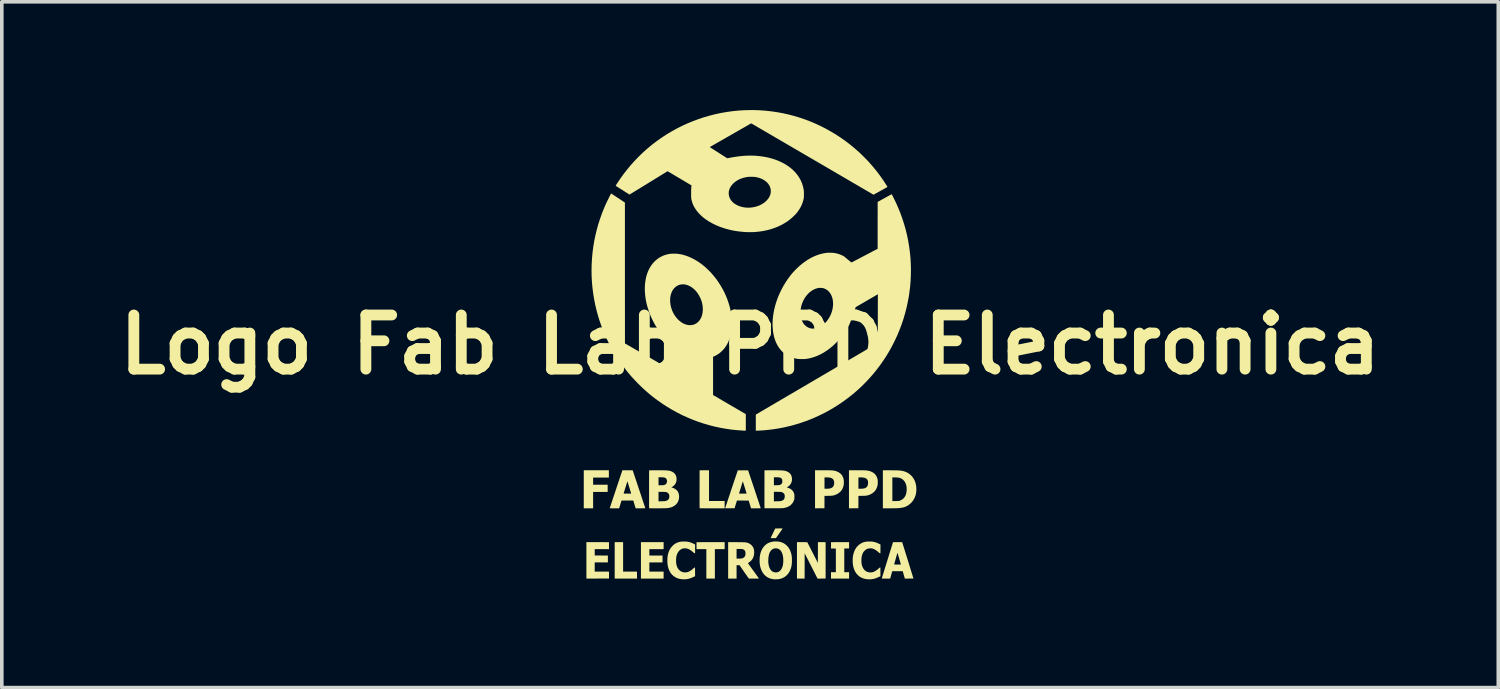
<source format=kicad_pcb>
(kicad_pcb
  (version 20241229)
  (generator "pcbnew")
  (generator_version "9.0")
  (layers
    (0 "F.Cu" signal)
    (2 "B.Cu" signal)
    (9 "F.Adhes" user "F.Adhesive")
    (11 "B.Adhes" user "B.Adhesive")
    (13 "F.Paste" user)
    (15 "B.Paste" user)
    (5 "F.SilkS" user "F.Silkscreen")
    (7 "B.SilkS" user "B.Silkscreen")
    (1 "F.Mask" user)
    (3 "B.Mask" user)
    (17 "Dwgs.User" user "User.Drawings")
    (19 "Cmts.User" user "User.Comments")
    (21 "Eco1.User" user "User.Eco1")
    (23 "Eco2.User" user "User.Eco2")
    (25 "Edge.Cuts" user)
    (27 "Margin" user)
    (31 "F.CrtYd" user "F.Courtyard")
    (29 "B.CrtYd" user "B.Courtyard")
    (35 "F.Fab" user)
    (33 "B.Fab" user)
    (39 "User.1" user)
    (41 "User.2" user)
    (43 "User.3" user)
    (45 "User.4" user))
  (footprint "Logo Fab Lab PPD Electronica"
    (layer "F.Cu")
    (at 17.729 6.498)
    (property "Reference" "Logo Fab Lab PPD Electronica" (at 0 0 0) (layer "F.SilkS") (effects (font (size 1.5 1.5) (thickness 0.3))))
    (attr board_only exclude_from_pos_files exclude_from_bom)
    (fp_poly (pts (xy -3.517 5.879) (xy -3.517 6.287) (xy -3.325 6.287) (xy -3.133 6.288) (xy -3.132 6.385) (xy -3.131 6.481) (xy -3.441 6.481) (xy -3.75 6.481) (xy -3.75 5.976) (xy -3.75 5.471) (xy -3.634 5.471) (xy -3.517 5.471)) (stroke (width 0) (type solid)) (fill yes) (layer "F.SilkS"))
    (fp_poly (pts (xy -0.704 5.568) (xy -0.704 5.665) (xy -0.84 5.665) (xy -0.975 5.665) (xy -0.975 6.073) (xy -0.975 6.481) (xy -1.093 6.481) (xy -1.211 6.481) (xy -1.211 6.073) (xy -1.211 5.665) (xy -1.347 5.664) (xy -1.483 5.664) (xy -1.483 5.568) (xy -1.483 5.472) (xy -1.094 5.471) (xy -0.704 5.471)) (stroke (width 0) (type solid)) (fill yes) (layer "F.SilkS"))
    (fp_poly (pts (xy -3.912 3.581) (xy -3.912 3.682) (xy -4.13 3.682) (xy -4.348 3.682) (xy -4.348 3.781) (xy -4.348 3.88) (xy -4.146 3.88) (xy -3.945 3.88) (xy -3.945 3.98) (xy -3.945 4.08) (xy -4.146 4.08) (xy -4.348 4.08) (xy -4.348 4.307) (xy -4.348 4.534) (xy -4.478 4.534) (xy -4.607 4.534) (xy -4.607 4.006) (xy -4.607 3.479) (xy -4.26 3.479) (xy -3.912 3.479)) (stroke (width 0) (type solid)) (fill yes) (layer "F.SilkS"))
    (fp_poly (pts (xy 1.986 5.471) (xy 2.093 5.472) (xy 2.093 5.976) (xy 2.093 6.48) (xy 1.981 6.48) (xy 1.869 6.481) (xy 1.691 6.131) (xy 1.513 5.78) (xy 1.512 6.131) (xy 1.511 6.481) (xy 1.405 6.481) (xy 1.299 6.481) (xy 1.299 5.976) (xy 1.299 5.471) (xy 1.442 5.471) (xy 1.585 5.472) (xy 1.732 5.759) (xy 1.878 6.045) (xy 1.879 5.758) (xy 1.88 5.471)) (stroke (width 0) (type solid)) (fill yes) (layer "F.SilkS"))
    (fp_poly (pts (xy -4.221 5.471) (xy -3.908 5.472) (xy -3.908 5.568) (xy -3.908 5.664) (xy -4.106 5.664) (xy -4.304 5.665) (xy -4.303 5.753) (xy -4.303 5.84) (xy -4.121 5.841) (xy -3.939 5.842) (xy -3.939 5.938) (xy -3.939 6.033) (xy -4.121 6.033) (xy -4.304 6.033) (xy -4.304 6.16) (xy -4.304 6.287) (xy -4.106 6.287) (xy -3.908 6.288) (xy -3.908 6.384) (xy -3.908 6.48) (xy -4.221 6.48) (xy -4.534 6.481) (xy -4.534 5.976) (xy -4.534 5.471)) (stroke (width 0) (type solid)) (fill yes) (layer "F.SilkS"))
    (fp_poly (pts (xy -2.395 5.568) (xy -2.395 5.665) (xy -2.592 5.665) (xy -2.79 5.665) (xy -2.79 5.753) (xy -2.79 5.842) (xy -2.607 5.842) (xy -2.425 5.842) (xy -2.425 5.938) (xy -2.425 6.033) (xy -2.607 6.033) (xy -2.79 6.033) (xy -2.79 6.16) (xy -2.79 6.287) (xy -2.592 6.287) (xy -2.395 6.287) (xy -2.395 6.384) (xy -2.395 6.481) (xy -2.709 6.481) (xy -3.023 6.481) (xy -3.023 5.976) (xy -3.023 5.471) (xy -2.709 5.471) (xy -2.395 5.471)) (stroke (width 0) (type solid)) (fill yes) (layer "F.SilkS"))
    (fp_poly (pts (xy 2.743 5.559) (xy 2.743 5.647) (xy 2.676 5.647) (xy 2.61 5.647) (xy 2.61 5.976) (xy 2.61 6.304) (xy 2.676 6.304) (xy 2.743 6.304) (xy 2.743 6.393) (xy 2.743 6.481) (xy 2.492 6.481) (xy 2.242 6.481) (xy 2.242 6.393) (xy 2.242 6.304) (xy 2.31 6.304) (xy 2.377 6.304) (xy 2.377 5.977) (xy 2.376 5.649) (xy 2.309 5.648) (xy 2.242 5.647) (xy 2.243 5.56) (xy 2.243 5.472) (xy 2.493 5.471) (xy 2.743 5.471)) (stroke (width 0) (type solid)) (fill yes) (layer "F.SilkS"))
    (fp_poly (pts (xy 0.868 5.091) (xy 0.881 5.091) (xy 0.891 5.092) (xy 0.897 5.092) (xy 0.9 5.093) (xy 0.901 5.094) (xy 0.901 5.094) (xy 0.899 5.098) (xy 0.894 5.105) (xy 0.887 5.116) (xy 0.876 5.131) (xy 0.864 5.149) (xy 0.85 5.169) (xy 0.835 5.192) (xy 0.818 5.216) (xy 0.809 5.229) (xy 0.718 5.359) (xy 0.643 5.359) (xy 0.569 5.359) (xy 0.588 5.32) (xy 0.594 5.307) (xy 0.602 5.291) (xy 0.611 5.271) (xy 0.622 5.249) (xy 0.633 5.225) (xy 0.645 5.201) (xy 0.652 5.186) (xy 0.698 5.092) (xy 0.8 5.091) (xy 0.828 5.091) (xy 0.85 5.091)) (stroke (width 0) (type solid)) (fill yes) (layer "F.SilkS"))
    (fp_poly (pts (xy -1.137 3.905) (xy -1.137 4.331) (xy -0.921 4.331) (xy -0.704 4.331) (xy -0.704 4.432) (xy -0.704 4.534) (xy -1.05 4.534) (xy -1.105 4.534) (xy -1.154 4.534) (xy -1.197 4.534) (xy -1.235 4.534) (xy -1.269 4.533) (xy -1.298 4.533) (xy -1.323 4.533) (xy -1.343 4.533) (xy -1.36 4.533) (xy -1.374 4.532) (xy -1.384 4.532) (xy -1.391 4.531) (xy -1.396 4.531) (xy -1.398 4.53) (xy -1.398 4.53) (xy -1.398 4.527) (xy -1.398 4.518) (xy -1.398 4.504) (xy -1.398 4.485) (xy -1.399 4.461) (xy -1.399 4.432) (xy -1.399 4.4) (xy -1.399 4.364) (xy -1.399 4.324) (xy -1.399 4.281) (xy -1.399 4.236) (xy -1.399 4.187) (xy -1.399 4.137) (xy -1.399 4.084) (xy -1.399 4.029) (xy -1.399 4.004) (xy -1.398 3.481) (xy -1.267 3.48) (xy -1.137 3.479)) (stroke (width 0) (type solid)) (fill yes) (layer "F.SilkS"))
    (fp_poly (pts (xy 2.948 3.479) (xy 2.996 3.479) (xy 3.038 3.479) (xy 3.075 3.48) (xy 3.107 3.48) (xy 3.135 3.48) (xy 3.16 3.481) (xy 3.182 3.482) (xy 3.201 3.483) (xy 3.217 3.484) (xy 3.232 3.485) (xy 3.245 3.487) (xy 3.258 3.489) (xy 3.262 3.49) (xy 3.305 3.499) (xy 3.345 3.513) (xy 3.383 3.53) (xy 3.417 3.55) (xy 3.446 3.574) (xy 3.454 3.581) (xy 3.48 3.611) (xy 3.501 3.644) (xy 3.518 3.681) (xy 3.53 3.721) (xy 3.535 3.75) (xy 3.537 3.768) (xy 3.538 3.79) (xy 3.538 3.813) (xy 3.538 3.837) (xy 3.536 3.859) (xy 3.535 3.878) (xy 3.534 3.884) (xy 3.523 3.93) (xy 3.508 3.972) (xy 3.489 4.01) (xy 3.466 4.045) (xy 3.438 4.075) (xy 3.436 4.077) (xy 3.401 4.107) (xy 3.364 4.132) (xy 3.325 4.152) (xy 3.285 4.167) (xy 3.268 4.172) (xy 3.253 4.176) (xy 3.24 4.179) (xy 3.226 4.182) (xy 3.211 4.184) (xy 3.195 4.185) (xy 3.176 4.186) (xy 3.153 4.187) (xy 3.126 4.188) (xy 3.101 4.188) (xy 3.002 4.19) (xy 3.001 4.361) (xy 3 4.532) (xy 2.87 4.533) (xy 2.74 4.534) (xy 2.74 4.007) (xy 2.74 3.834) (xy 3.002 3.834) (xy 3.002 3.992) (xy 3.048 3.992) (xy 3.066 3.992) (xy 3.086 3.991) (xy 3.104 3.99) (xy 3.119 3.989) (xy 3.122 3.989) (xy 3.156 3.983) (xy 3.186 3.973) (xy 3.211 3.961) (xy 3.231 3.944) (xy 3.247 3.923) (xy 3.259 3.899) (xy 3.266 3.871) (xy 3.269 3.838) (xy 3.269 3.816) (xy 3.269 3.801) (xy 3.268 3.79) (xy 3.267 3.781) (xy 3.264 3.773) (xy 3.261 3.765) (xy 3.258 3.759) (xy 3.246 3.738) (xy 3.234 3.723) (xy 3.22 3.711) (xy 3.209 3.704) (xy 3.192 3.696) (xy 3.173 3.689) (xy 3.151 3.684) (xy 3.127 3.681) (xy 3.098 3.678) (xy 3.066 3.677) (xy 3.039 3.677) (xy 3.002 3.677) (xy 3.002 3.834) (xy 2.74 3.834) (xy 2.74 3.479)) (stroke (width 0) (type solid)) (fill yes) (layer "F.SilkS"))
    (fp_poly (pts (xy 2.008 3.479) (xy 2.056 3.479) (xy 2.098 3.479) (xy 2.135 3.48) (xy 2.167 3.48) (xy 2.196 3.48) (xy 2.22 3.481) (xy 2.242 3.482) (xy 2.261 3.483) (xy 2.277 3.484) (xy 2.292 3.485) (xy 2.306 3.487) (xy 2.318 3.489) (xy 2.322 3.49) (xy 2.366 3.499) (xy 2.407 3.513) (xy 2.444 3.531) (xy 2.479 3.552) (xy 2.509 3.576) (xy 2.534 3.602) (xy 2.546 3.618) (xy 2.559 3.64) (xy 2.571 3.664) (xy 2.581 3.688) (xy 2.586 3.706) (xy 2.591 3.728) (xy 2.595 3.749) (xy 2.597 3.771) (xy 2.598 3.795) (xy 2.598 3.824) (xy 2.598 3.829) (xy 2.597 3.85) (xy 2.596 3.866) (xy 2.595 3.879) (xy 2.593 3.891) (xy 2.59 3.904) (xy 2.587 3.915) (xy 2.575 3.955) (xy 2.56 3.99) (xy 2.543 4.022) (xy 2.522 4.05) (xy 2.497 4.077) (xy 2.496 4.078) (xy 2.46 4.108) (xy 2.423 4.133) (xy 2.384 4.152) (xy 2.345 4.167) (xy 2.328 4.172) (xy 2.314 4.176) (xy 2.3 4.179) (xy 2.286 4.182) (xy 2.271 4.184) (xy 2.255 4.185) (xy 2.236 4.186) (xy 2.213 4.187) (xy 2.186 4.188) (xy 2.162 4.188) (xy 2.062 4.19) (xy 2.061 4.361) (xy 2.061 4.532) (xy 1.93 4.533) (xy 1.8 4.534) (xy 1.8 4.007) (xy 1.8 3.834) (xy 2.062 3.834) (xy 2.062 3.992) (xy 2.108 3.992) (xy 2.127 3.992) (xy 2.146 3.991) (xy 2.164 3.99) (xy 2.179 3.989) (xy 2.182 3.989) (xy 2.216 3.983) (xy 2.246 3.973) (xy 2.271 3.96) (xy 2.291 3.944) (xy 2.307 3.923) (xy 2.319 3.898) (xy 2.327 3.87) (xy 2.33 3.837) (xy 2.33 3.825) (xy 2.329 3.802) (xy 2.326 3.782) (xy 2.32 3.764) (xy 2.314 3.75) (xy 2.302 3.732) (xy 2.288 3.717) (xy 2.271 3.705) (xy 2.25 3.695) (xy 2.232 3.688) (xy 2.216 3.685) (xy 2.195 3.682) (xy 2.17 3.679) (xy 2.141 3.678) (xy 2.11 3.677) (xy 2.1 3.677) (xy 2.062 3.677) (xy 2.062 3.834) (xy 1.8 3.834) (xy 1.8 3.479)) (stroke (width 0) (type solid)) (fill yes) (layer "F.SilkS"))
    (fp_poly (pts (xy 3.888 3.48) (xy 3.932 3.48) (xy 3.971 3.481) (xy 4.005 3.481) (xy 4.035 3.482) (xy 4.061 3.482) (xy 4.084 3.483) (xy 4.104 3.484) (xy 4.123 3.485) (xy 4.139 3.486) (xy 4.155 3.487) (xy 4.169 3.489) (xy 4.184 3.491) (xy 4.2 3.493) (xy 4.204 3.494) (xy 4.255 3.505) (xy 4.303 3.521) (xy 4.35 3.542) (xy 4.394 3.568) (xy 4.434 3.599) (xy 4.472 3.634) (xy 4.505 3.674) (xy 4.521 3.696) (xy 4.548 3.742) (xy 4.57 3.79) (xy 4.586 3.841) (xy 4.598 3.895) (xy 4.605 3.952) (xy 4.607 4.007) (xy 4.605 4.066) (xy 4.597 4.122) (xy 4.584 4.176) (xy 4.565 4.227) (xy 4.541 4.276) (xy 4.513 4.322) (xy 4.479 4.365) (xy 4.448 4.397) (xy 4.409 4.43) (xy 4.367 4.459) (xy 4.323 4.482) (xy 4.276 4.501) (xy 4.23 4.513) (xy 4.21 4.517) (xy 4.189 4.52) (xy 4.168 4.523) (xy 4.144 4.526) (xy 4.119 4.528) (xy 4.09 4.53) (xy 4.059 4.531) (xy 4.024 4.532) (xy 3.985 4.533) (xy 3.941 4.533) (xy 3.892 4.534) (xy 3.847 4.534) (xy 3.679 4.534) (xy 3.679 4.006) (xy 3.679 4.005) (xy 3.942 4.005) (xy 3.942 4.334) (xy 4.028 4.333) (xy 4.053 4.332) (xy 4.074 4.332) (xy 4.09 4.331) (xy 4.103 4.331) (xy 4.113 4.33) (xy 4.122 4.329) (xy 4.129 4.327) (xy 4.137 4.325) (xy 4.137 4.325) (xy 4.173 4.312) (xy 4.206 4.294) (xy 4.237 4.272) (xy 4.264 4.245) (xy 4.287 4.213) (xy 4.302 4.188) (xy 4.316 4.155) (xy 4.326 4.118) (xy 4.334 4.078) (xy 4.338 4.036) (xy 4.339 3.994) (xy 4.336 3.952) (xy 4.33 3.911) (xy 4.32 3.873) (xy 4.313 3.852) (xy 4.296 3.816) (xy 4.275 3.783) (xy 4.25 3.755) (xy 4.222 3.73) (xy 4.19 3.71) (xy 4.156 3.695) (xy 4.12 3.685) (xy 4.115 3.684) (xy 4.105 3.683) (xy 4.09 3.682) (xy 4.072 3.68) (xy 4.052 3.679) (xy 4.03 3.678) (xy 4.016 3.678) (xy 3.942 3.676) (xy 3.942 4.005) (xy 3.679 4.005) (xy 3.679 3.479)) (stroke (width 0) (type solid)) (fill yes) (layer "F.SilkS"))
    (fp_poly (pts (xy -1.764 5.456) (xy -1.725 5.461) (xy -1.688 5.468) (xy -1.651 5.479) (xy -1.613 5.493) (xy -1.572 5.511) (xy -1.568 5.513) (xy -1.523 5.535) (xy -1.523 5.656) (xy -1.523 5.777) (xy -1.535 5.777) (xy -1.54 5.777) (xy -1.545 5.775) (xy -1.55 5.772) (xy -1.557 5.767) (xy -1.567 5.759) (xy -1.579 5.748) (xy -1.616 5.718) (xy -1.651 5.693) (xy -1.684 5.673) (xy -1.717 5.658) (xy -1.749 5.648) (xy -1.78 5.643) (xy -1.788 5.642) (xy -1.825 5.643) (xy -1.86 5.648) (xy -1.892 5.659) (xy -1.923 5.676) (xy -1.951 5.698) (xy -1.954 5.7) (xy -1.978 5.726) (xy -1.999 5.756) (xy -2.017 5.79) (xy -2.031 5.828) (xy -2.042 5.871) (xy -2.044 5.879) (xy -2.046 5.894) (xy -2.047 5.913) (xy -2.049 5.936) (xy -2.049 5.961) (xy -2.049 5.987) (xy -2.049 6.013) (xy -2.048 6.037) (xy -2.046 6.057) (xy -2.044 6.074) (xy -2.044 6.079) (xy -2.033 6.122) (xy -2.018 6.162) (xy -2 6.197) (xy -1.978 6.227) (xy -1.953 6.253) (xy -1.926 6.274) (xy -1.895 6.291) (xy -1.862 6.302) (xy -1.826 6.309) (xy -1.788 6.309) (xy -1.787 6.309) (xy -1.761 6.307) (xy -1.738 6.303) (xy -1.716 6.296) (xy -1.691 6.285) (xy -1.679 6.279) (xy -1.647 6.26) (xy -1.615 6.238) (xy -1.582 6.21) (xy -1.571 6.2) (xy -1.559 6.189) (xy -1.551 6.182) (xy -1.545 6.178) (xy -1.54 6.176) (xy -1.535 6.175) (xy -1.534 6.175) (xy -1.525 6.176) (xy -1.524 6.295) (xy -1.523 6.414) (xy -1.57 6.437) (xy -1.623 6.46) (xy -1.675 6.478) (xy -1.726 6.491) (xy -1.778 6.499) (xy -1.831 6.501) (xy -1.886 6.499) (xy -1.888 6.498) (xy -1.94 6.491) (xy -1.989 6.479) (xy -2.035 6.461) (xy -2.077 6.439) (xy -2.117 6.412) (xy -2.153 6.381) (xy -2.185 6.345) (xy -2.213 6.305) (xy -2.237 6.261) (xy -2.253 6.223) (xy -2.267 6.179) (xy -2.278 6.133) (xy -2.286 6.083) (xy -2.29 6.029) (xy -2.291 6.005) (xy -2.291 5.941) (xy -2.286 5.88) (xy -2.278 5.824) (xy -2.264 5.771) (xy -2.247 5.721) (xy -2.225 5.676) (xy -2.198 5.633) (xy -2.167 5.594) (xy -2.148 5.573) (xy -2.117 5.545) (xy -2.086 5.521) (xy -2.054 5.502) (xy -2.019 5.485) (xy -1.996 5.477) (xy -1.975 5.47) (xy -1.954 5.464) (xy -1.934 5.46) (xy -1.912 5.457) (xy -1.887 5.455) (xy -1.857 5.454) (xy -1.853 5.454) (xy -1.806 5.454)) (stroke (width 0) (type solid)) (fill yes) (layer "F.SilkS"))
    (fp_poly (pts (xy -0.384 5.471) (xy -0.339 5.472) (xy -0.299 5.472) (xy -0.265 5.472) (xy -0.235 5.473) (xy -0.209 5.473) (xy -0.187 5.474) (xy -0.168 5.475) (xy -0.151 5.475) (xy -0.137 5.476) (xy -0.125 5.478) (xy -0.114 5.479) (xy -0.104 5.481) (xy -0.094 5.483) (xy -0.084 5.486) (xy -0.074 5.488) (xy -0.039 5.501) (xy -0.006 5.519) (xy 0.024 5.541) (xy 0.051 5.567) (xy 0.073 5.596) (xy 0.088 5.622) (xy 0.096 5.64) (xy 0.102 5.657) (xy 0.107 5.675) (xy 0.11 5.696) (xy 0.112 5.716) (xy 0.114 5.755) (xy 0.112 5.795) (xy 0.106 5.834) (xy 0.097 5.87) (xy 0.084 5.904) (xy 0.068 5.934) (xy 0.067 5.935) (xy 0.051 5.958) (xy 0.033 5.979) (xy 0.014 5.998) (xy -0.009 6.017) (xy -0.036 6.036) (xy -0.057 6.05) (xy -0.057 6.051) (xy -0.057 6.053) (xy -0.054 6.057) (xy -0.051 6.063) (xy -0.046 6.071) (xy -0.038 6.082) (xy -0.029 6.095) (xy -0.018 6.112) (xy -0.004 6.131) (xy 0.013 6.154) (xy 0.032 6.181) (xy 0.055 6.212) (xy 0.08 6.248) (xy 0.093 6.265) (xy 0.116 6.296) (xy 0.137 6.326) (xy 0.158 6.354) (xy 0.177 6.381) (xy 0.194 6.405) (xy 0.21 6.426) (xy 0.223 6.444) (xy 0.233 6.459) (xy 0.241 6.47) (xy 0.246 6.476) (xy 0.247 6.479) (xy 0.245 6.479) (xy 0.236 6.48) (xy 0.223 6.48) (xy 0.206 6.48) (xy 0.186 6.481) (xy 0.162 6.481) (xy 0.136 6.481) (xy 0.108 6.481) (xy 0.107 6.481) (xy -0.034 6.481) (xy -0.164 6.296) (xy -0.293 6.11) (xy -0.334 6.11) (xy -0.374 6.11) (xy -0.374 6.295) (xy -0.374 6.481) (xy -0.491 6.481) (xy -0.607 6.481) (xy -0.607 5.976) (xy -0.607 5.793) (xy -0.374 5.793) (xy -0.374 5.927) (xy -0.314 5.927) (xy -0.29 5.927) (xy -0.268 5.926) (xy -0.249 5.925) (xy -0.236 5.924) (xy -0.233 5.923) (xy -0.206 5.916) (xy -0.182 5.903) (xy -0.162 5.887) (xy -0.146 5.867) (xy -0.134 5.843) (xy -0.129 5.825) (xy -0.128 5.814) (xy -0.127 5.798) (xy -0.127 5.781) (xy -0.127 5.774) (xy -0.128 5.758) (xy -0.129 5.747) (xy -0.131 5.738) (xy -0.134 5.729) (xy -0.137 5.723) (xy -0.149 5.702) (xy -0.165 5.685) (xy -0.181 5.675) (xy -0.191 5.67) (xy -0.202 5.667) (xy -0.213 5.664) (xy -0.228 5.662) (xy -0.245 5.66) (xy -0.266 5.66) (xy -0.292 5.659) (xy -0.304 5.659) (xy -0.374 5.659) (xy -0.374 5.793) (xy -0.607 5.793) (xy -0.607 5.47)) (stroke (width 0) (type solid)) (fill yes) (layer "F.SilkS"))
    (fp_poly (pts (xy 0.12 4.002) (xy 0.138 4.056) (xy 0.155 4.108) (xy 0.172 4.158) (xy 0.188 4.207) (xy 0.203 4.253) (xy 0.218 4.296) (xy 0.231 4.337) (xy 0.244 4.374) (xy 0.255 4.409) (xy 0.265 4.439) (xy 0.274 4.465) (xy 0.281 4.488) (xy 0.287 4.505) (xy 0.291 4.518) (xy 0.294 4.526) (xy 0.294 4.529) (xy 0.294 4.53) (xy 0.293 4.531) (xy 0.29 4.532) (xy 0.286 4.532) (xy 0.279 4.533) (xy 0.269 4.533) (xy 0.256 4.534) (xy 0.238 4.534) (xy 0.217 4.534) (xy 0.19 4.534) (xy 0.161 4.534) (xy 0.027 4.534) (xy 0.015 4.493) (xy 0.01 4.478) (xy 0.005 4.459) (xy -0.002 4.437) (xy -0.009 4.414) (xy -0.016 4.392) (xy -0.017 4.387) (xy -0.037 4.32) (xy -0.201 4.319) (xy -0.364 4.319) (xy -0.387 4.395) (xy -0.394 4.417) (xy -0.401 4.439) (xy -0.407 4.46) (xy -0.413 4.478) (xy -0.417 4.493) (xy -0.42 4.501) (xy -0.429 4.532) (xy -0.559 4.533) (xy -0.59 4.533) (xy -0.616 4.533) (xy -0.637 4.533) (xy -0.653 4.533) (xy -0.666 4.533) (xy -0.675 4.533) (xy -0.682 4.532) (xy -0.686 4.532) (xy -0.688 4.531) (xy -0.689 4.53) (xy -0.689 4.529) (xy -0.688 4.525) (xy -0.685 4.517) (xy -0.681 4.503) (xy -0.675 4.485) (xy -0.668 4.462) (xy -0.659 4.435) (xy -0.648 4.404) (xy -0.637 4.369) (xy -0.624 4.331) (xy -0.611 4.29) (xy -0.596 4.246) (xy -0.581 4.2) (xy -0.564 4.151) (xy -0.555 4.124) (xy -0.306 4.124) (xy -0.305 4.125) (xy -0.301 4.125) (xy -0.295 4.126) (xy -0.284 4.127) (xy -0.27 4.127) (xy -0.251 4.127) (xy -0.227 4.127) (xy -0.202 4.127) (xy -0.172 4.127) (xy -0.147 4.127) (xy -0.128 4.127) (xy -0.113 4.126) (xy -0.103 4.126) (xy -0.098 4.125) (xy -0.097 4.124) (xy -0.098 4.121) (xy -0.1 4.112) (xy -0.104 4.1) (xy -0.109 4.083) (xy -0.115 4.063) (xy -0.122 4.041) (xy -0.129 4.017) (xy -0.137 3.991) (xy -0.145 3.964) (xy -0.153 3.937) (xy -0.161 3.911) (xy -0.169 3.886) (xy -0.176 3.862) (xy -0.183 3.841) (xy -0.189 3.822) (xy -0.193 3.807) (xy -0.197 3.796) (xy -0.199 3.789) (xy -0.2 3.788) (xy -0.201 3.789) (xy -0.204 3.797) (xy -0.208 3.809) (xy -0.215 3.828) (xy -0.222 3.852) (xy -0.231 3.881) (xy -0.242 3.916) (xy -0.253 3.951) (xy -0.262 3.982) (xy -0.271 4.01) (xy -0.279 4.037) (xy -0.287 4.061) (xy -0.293 4.082) (xy -0.298 4.099) (xy -0.302 4.112) (xy -0.305 4.12) (xy -0.306 4.124) (xy -0.555 4.124) (xy -0.547 4.1) (xy -0.53 4.048) (xy -0.515 4.002) (xy -0.34 3.481) (xy -0.198 3.481) (xy -0.055 3.481)) (stroke (width 0) (type solid)) (fill yes) (layer "F.SilkS"))
    (fp_poly (pts (xy 4.371 5.975) (xy 4.527 6.48) (xy 4.408 6.48) (xy 4.382 6.481) (xy 4.358 6.481) (xy 4.336 6.481) (xy 4.318 6.481) (xy 4.303 6.481) (xy 4.293 6.481) (xy 4.288 6.48) (xy 4.288 6.48) (xy 4.287 6.477) (xy 4.284 6.47) (xy 4.281 6.457) (xy 4.276 6.441) (xy 4.271 6.422) (xy 4.265 6.4) (xy 4.258 6.377) (xy 4.229 6.275) (xy 4.084 6.275) (xy 3.939 6.275) (xy 3.935 6.29) (xy 3.933 6.297) (xy 3.93 6.308) (xy 3.925 6.324) (xy 3.92 6.342) (xy 3.914 6.363) (xy 3.908 6.385) (xy 3.906 6.393) (xy 3.881 6.481) (xy 3.764 6.481) (xy 3.733 6.481) (xy 3.708 6.481) (xy 3.688 6.481) (xy 3.673 6.48) (xy 3.662 6.48) (xy 3.654 6.479) (xy 3.649 6.479) (xy 3.648 6.478) (xy 3.648 6.477) (xy 3.649 6.474) (xy 3.651 6.466) (xy 3.656 6.452) (xy 3.661 6.435) (xy 3.668 6.412) (xy 3.676 6.386) (xy 3.685 6.357) (xy 3.696 6.324) (xy 3.707 6.288) (xy 3.719 6.25) (xy 3.731 6.21) (xy 3.744 6.167) (xy 3.758 6.124) (xy 3.769 6.089) (xy 3.992 6.089) (xy 3.993 6.09) (xy 3.998 6.091) (xy 4.007 6.091) (xy 4.02 6.092) (xy 4.038 6.092) (xy 4.061 6.092) (xy 4.085 6.092) (xy 4.178 6.092) (xy 4.176 6.086) (xy 4.175 6.082) (xy 4.173 6.072) (xy 4.169 6.059) (xy 4.164 6.041) (xy 4.158 6.02) (xy 4.151 5.995) (xy 4.143 5.969) (xy 4.135 5.94) (xy 4.13 5.92) (xy 4.119 5.882) (xy 4.109 5.849) (xy 4.101 5.821) (xy 4.094 5.799) (xy 4.089 5.783) (xy 4.085 5.772) (xy 4.083 5.767) (xy 4.083 5.767) (xy 4.081 5.771) (xy 4.078 5.78) (xy 4.075 5.794) (xy 4.07 5.811) (xy 4.064 5.831) (xy 4.057 5.854) (xy 4.05 5.878) (xy 4.043 5.904) (xy 4.036 5.93) (xy 4.028 5.956) (xy 4.021 5.982) (xy 4.014 6.006) (xy 4.008 6.028) (xy 4.003 6.048) (xy 3.998 6.064) (xy 3.995 6.077) (xy 3.993 6.086) (xy 3.992 6.089) (xy 3.769 6.089) (xy 3.772 6.079) (xy 3.786 6.033) (xy 3.8 5.987) (xy 3.814 5.941) (xy 3.829 5.896) (xy 3.843 5.85) (xy 3.856 5.806) (xy 3.87 5.763) (xy 3.882 5.722) (xy 3.895 5.683) (xy 3.906 5.646) (xy 3.917 5.612) (xy 3.926 5.58) (xy 3.935 5.553) (xy 3.942 5.529) (xy 3.949 5.509) (xy 3.953 5.493) (xy 3.957 5.482) (xy 3.958 5.477) (xy 3.959 5.476) (xy 3.959 5.475) (xy 3.961 5.474) (xy 3.964 5.473) (xy 3.969 5.472) (xy 3.976 5.472) (xy 3.987 5.471) (xy 4.001 5.471) (xy 4.019 5.471) (xy 4.041 5.471) (xy 4.069 5.471) (xy 4.087 5.471) (xy 4.214 5.471)) (stroke (width 0) (type solid)) (fill yes) (layer "F.SilkS"))
    (fp_poly (pts (xy 3.35 5.454) (xy 3.378 5.456) (xy 3.405 5.46) (xy 3.432 5.465) (xy 3.453 5.47) (xy 3.472 5.475) (xy 3.489 5.48) (xy 3.505 5.486) (xy 3.522 5.493) (xy 3.542 5.502) (xy 3.565 5.513) (xy 3.57 5.515) (xy 3.612 5.535) (xy 3.612 5.656) (xy 3.612 5.777) (xy 3.6 5.777) (xy 3.594 5.777) (xy 3.59 5.775) (xy 3.584 5.772) (xy 3.577 5.767) (xy 3.567 5.759) (xy 3.557 5.75) (xy 3.528 5.725) (xy 3.502 5.705) (xy 3.477 5.688) (xy 3.452 5.674) (xy 3.428 5.662) (xy 3.403 5.653) (xy 3.391 5.649) (xy 3.381 5.646) (xy 3.372 5.645) (xy 3.362 5.644) (xy 3.349 5.643) (xy 3.333 5.643) (xy 3.306 5.644) (xy 3.283 5.647) (xy 3.262 5.651) (xy 3.242 5.659) (xy 3.224 5.667) (xy 3.21 5.676) (xy 3.195 5.689) (xy 3.178 5.704) (xy 3.162 5.72) (xy 3.148 5.736) (xy 3.138 5.75) (xy 3.137 5.753) (xy 3.12 5.784) (xy 3.107 5.817) (xy 3.097 5.851) (xy 3.09 5.888) (xy 3.086 5.928) (xy 3.084 5.973) (xy 3.084 5.979) (xy 3.085 6.017) (xy 3.087 6.05) (xy 3.091 6.079) (xy 3.097 6.106) (xy 3.105 6.132) (xy 3.115 6.158) (xy 3.121 6.171) (xy 3.141 6.206) (xy 3.163 6.235) (xy 3.189 6.26) (xy 3.218 6.28) (xy 3.25 6.295) (xy 3.285 6.305) (xy 3.296 6.307) (xy 3.313 6.309) (xy 3.334 6.31) (xy 3.356 6.309) (xy 3.377 6.307) (xy 3.395 6.304) (xy 3.398 6.303) (xy 3.424 6.294) (xy 3.452 6.281) (xy 3.481 6.264) (xy 3.511 6.243) (xy 3.541 6.22) (xy 3.565 6.199) (xy 3.576 6.188) (xy 3.585 6.181) (xy 3.59 6.177) (xy 3.595 6.175) (xy 3.6 6.175) (xy 3.601 6.175) (xy 3.61 6.176) (xy 3.611 6.295) (xy 3.612 6.414) (xy 3.565 6.436) (xy 3.512 6.46) (xy 3.46 6.478) (xy 3.408 6.491) (xy 3.356 6.499) (xy 3.302 6.501) (xy 3.247 6.498) (xy 3.247 6.498) (xy 3.195 6.491) (xy 3.146 6.479) (xy 3.1 6.462) (xy 3.057 6.44) (xy 3.018 6.413) (xy 2.982 6.381) (xy 2.949 6.344) (xy 2.936 6.327) (xy 2.916 6.295) (xy 2.898 6.259) (xy 2.881 6.22) (xy 2.868 6.18) (xy 2.857 6.138) (xy 2.855 6.124) (xy 2.848 6.079) (xy 2.844 6.031) (xy 2.843 5.982) (xy 2.843 5.934) (xy 2.846 5.896) (xy 2.854 5.839) (xy 2.866 5.786) (xy 2.883 5.735) (xy 2.904 5.688) (xy 2.929 5.644) (xy 2.957 5.604) (xy 2.99 5.569) (xy 3.026 5.537) (xy 3.065 5.511) (xy 3.093 5.496) (xy 3.121 5.483) (xy 3.148 5.473) (xy 3.176 5.465) (xy 3.205 5.46) (xy 3.237 5.456) (xy 3.274 5.454) (xy 3.285 5.454) (xy 3.32 5.454)) (stroke (width 0) (type solid)) (fill yes) (layer "F.SilkS"))
    (fp_poly (pts (xy -3.394 3.48) (xy -3.251 3.481) (xy -3.077 4.005) (xy -3.059 4.059) (xy -3.041 4.111) (xy -3.024 4.161) (xy -3.008 4.21) (xy -2.993 4.256) (xy -2.979 4.299) (xy -2.965 4.34) (xy -2.953 4.378) (xy -2.941 4.412) (xy -2.931 4.442) (xy -2.922 4.469) (xy -2.915 4.491) (xy -2.909 4.508) (xy -2.905 4.521) (xy -2.903 4.529) (xy -2.902 4.532) (xy -2.905 4.532) (xy -2.913 4.532) (xy -2.926 4.533) (xy -2.943 4.533) (xy -2.963 4.533) (xy -2.987 4.534) (xy -3.013 4.534) (xy -3.036 4.534) (xy -3.169 4.534) (xy -3.174 4.52) (xy -3.176 4.513) (xy -3.18 4.501) (xy -3.184 4.486) (xy -3.19 4.469) (xy -3.195 4.45) (xy -3.198 4.441) (xy -3.204 4.42) (xy -3.21 4.4) (xy -3.216 4.38) (xy -3.221 4.363) (xy -3.225 4.35) (xy -3.226 4.347) (xy -3.235 4.319) (xy -3.398 4.319) (xy -3.561 4.319) (xy -3.57 4.347) (xy -3.574 4.36) (xy -3.579 4.377) (xy -3.585 4.396) (xy -3.591 4.416) (xy -3.594 4.426) (xy -3.6 4.445) (xy -3.606 4.465) (xy -3.611 4.483) (xy -3.616 4.498) (xy -3.618 4.505) (xy -3.627 4.534) (xy -3.758 4.534) (xy -3.79 4.534) (xy -3.817 4.534) (xy -3.839 4.534) (xy -3.856 4.533) (xy -3.869 4.533) (xy -3.879 4.532) (xy -3.885 4.532) (xy -3.887 4.531) (xy -3.888 4.53) (xy -3.887 4.527) (xy -3.884 4.519) (xy -3.88 4.505) (xy -3.873 4.487) (xy -3.866 4.464) (xy -3.857 4.437) (xy -3.847 4.406) (xy -3.835 4.372) (xy -3.822 4.334) (xy -3.809 4.293) (xy -3.794 4.249) (xy -3.779 4.203) (xy -3.762 4.154) (xy -3.753 4.125) (xy -3.503 4.125) (xy -3.503 4.125) (xy -3.5 4.126) (xy -3.492 4.126) (xy -3.479 4.127) (xy -3.463 4.127) (xy -3.443 4.127) (xy -3.421 4.127) (xy -3.398 4.127) (xy -3.374 4.127) (xy -3.352 4.127) (xy -3.332 4.127) (xy -3.316 4.126) (xy -3.304 4.126) (xy -3.296 4.126) (xy -3.294 4.125) (xy -3.294 4.122) (xy -3.297 4.114) (xy -3.301 4.101) (xy -3.305 4.085) (xy -3.311 4.066) (xy -3.318 4.043) (xy -3.326 4.019) (xy -3.333 3.993) (xy -3.341 3.967) (xy -3.35 3.94) (xy -3.358 3.913) (xy -3.366 3.887) (xy -3.373 3.863) (xy -3.38 3.841) (xy -3.386 3.822) (xy -3.391 3.806) (xy -3.395 3.794) (xy -3.397 3.786) (xy -3.398 3.783) (xy -3.399 3.786) (xy -3.401 3.794) (xy -3.405 3.806) (xy -3.41 3.822) (xy -3.416 3.841) (xy -3.423 3.863) (xy -3.43 3.887) (xy -3.438 3.912) (xy -3.446 3.939) (xy -3.455 3.966) (xy -3.463 3.992) (xy -3.471 4.018) (xy -3.478 4.042) (xy -3.485 4.065) (xy -3.491 4.084) (xy -3.496 4.101) (xy -3.499 4.114) (xy -3.502 4.122) (xy -3.503 4.125) (xy -3.753 4.125) (xy -3.745 4.103) (xy -3.728 4.051) (xy -3.712 4.003) (xy -3.537 3.479)) (stroke (width 0) (type solid)) (fill yes) (layer "F.SilkS"))
    (fp_poly (pts (xy 0.743 5.452) (xy 0.79 5.456) (xy 0.834 5.465) (xy 0.877 5.477) (xy 0.916 5.494) (xy 0.931 5.501) (xy 0.971 5.527) (xy 1.008 5.557) (xy 1.042 5.592) (xy 1.071 5.631) (xy 1.097 5.674) (xy 1.118 5.721) (xy 1.135 5.771) (xy 1.142 5.796) (xy 1.147 5.819) (xy 1.151 5.84) (xy 1.154 5.861) (xy 1.157 5.884) (xy 1.158 5.908) (xy 1.159 5.936) (xy 1.16 5.957) (xy 1.16 6.005) (xy 1.158 6.049) (xy 1.154 6.09) (xy 1.148 6.128) (xy 1.14 6.165) (xy 1.129 6.201) (xy 1.128 6.205) (xy 1.109 6.253) (xy 1.086 6.298) (xy 1.06 6.338) (xy 1.029 6.375) (xy 0.995 6.407) (xy 0.958 6.435) (xy 0.921 6.456) (xy 0.889 6.47) (xy 0.859 6.481) (xy 0.829 6.49) (xy 0.796 6.495) (xy 0.761 6.499) (xy 0.723 6.5) (xy 0.69 6.501) (xy 0.663 6.5) (xy 0.641 6.498) (xy 0.639 6.497) (xy 0.589 6.488) (xy 0.543 6.473) (xy 0.5 6.454) (xy 0.46 6.43) (xy 0.424 6.401) (xy 0.398 6.377) (xy 0.367 6.339) (xy 0.34 6.298) (xy 0.316 6.252) (xy 0.297 6.202) (xy 0.282 6.149) (xy 0.271 6.091) (xy 0.268 6.066) (xy 0.266 6.048) (xy 0.265 6.026) (xy 0.265 6.004) (xy 0.504 6.004) (xy 0.508 6.056) (xy 0.515 6.103) (xy 0.526 6.147) (xy 0.541 6.187) (xy 0.56 6.222) (xy 0.566 6.231) (xy 0.576 6.245) (xy 0.59 6.259) (xy 0.604 6.272) (xy 0.619 6.284) (xy 0.631 6.291) (xy 0.656 6.301) (xy 0.685 6.308) (xy 0.714 6.31) (xy 0.742 6.308) (xy 0.753 6.306) (xy 0.783 6.296) (xy 0.81 6.281) (xy 0.834 6.26) (xy 0.856 6.235) (xy 0.875 6.204) (xy 0.879 6.197) (xy 0.891 6.169) (xy 0.901 6.141) (xy 0.909 6.112) (xy 0.914 6.079) (xy 0.918 6.042) (xy 0.919 6.026) (xy 0.921 5.975) (xy 0.919 5.925) (xy 0.914 5.879) (xy 0.906 5.836) (xy 0.895 5.796) (xy 0.881 5.761) (xy 0.864 5.729) (xy 0.845 5.703) (xy 0.837 5.694) (xy 0.816 5.676) (xy 0.795 5.662) (xy 0.772 5.652) (xy 0.755 5.647) (xy 0.724 5.642) (xy 0.693 5.643) (xy 0.662 5.649) (xy 0.633 5.66) (xy 0.62 5.668) (xy 0.605 5.68) (xy 0.589 5.694) (xy 0.575 5.71) (xy 0.563 5.725) (xy 0.557 5.733) (xy 0.54 5.767) (xy 0.526 5.806) (xy 0.516 5.849) (xy 0.509 5.897) (xy 0.505 5.949) (xy 0.504 6.004) (xy 0.265 6.004) (xy 0.265 6.001) (xy 0.265 5.974) (xy 0.265 5.948) (xy 0.265 5.923) (xy 0.267 5.901) (xy 0.268 5.886) (xy 0.277 5.828) (xy 0.29 5.773) (xy 0.307 5.722) (xy 0.329 5.674) (xy 0.354 5.631) (xy 0.384 5.592) (xy 0.417 5.557) (xy 0.454 5.526) (xy 0.484 5.507) (xy 0.521 5.488) (xy 0.562 5.473) (xy 0.605 5.461) (xy 0.65 5.454) (xy 0.697 5.451)) (stroke (width 0) (type solid)) (fill yes) (layer "F.SilkS"))
    (fp_poly (pts (xy -2.505 3.48) (xy -2.46 3.48) (xy -2.421 3.48) (xy -2.386 3.481) (xy -2.355 3.482) (xy -2.327 3.483) (xy -2.303 3.485) (xy -2.281 3.487) (xy -2.262 3.489) (xy -2.245 3.492) (xy -2.23 3.495) (xy -2.217 3.498) (xy -2.182 3.509) (xy -2.15 3.525) (xy -2.121 3.544) (xy -2.095 3.566) (xy -2.075 3.59) (xy -2.06 3.615) (xy -2.051 3.635) (xy -2.045 3.652) (xy -2.041 3.67) (xy -2.038 3.69) (xy -2.037 3.713) (xy -2.037 3.714) (xy -2.036 3.734) (xy -2.036 3.75) (xy -2.038 3.764) (xy -2.04 3.777) (xy -2.05 3.813) (xy -2.065 3.847) (xy -2.085 3.877) (xy -2.109 3.904) (xy -2.136 3.927) (xy -2.165 3.944) (xy -2.172 3.948) (xy -2.176 3.952) (xy -2.177 3.953) (xy -2.174 3.955) (xy -2.167 3.958) (xy -2.157 3.961) (xy -2.153 3.962) (xy -2.118 3.975) (xy -2.085 3.991) (xy -2.056 4.012) (xy -2.029 4.035) (xy -2.008 4.06) (xy -2 4.073) (xy -1.986 4.101) (xy -1.976 4.132) (xy -1.969 4.166) (xy -1.966 4.202) (xy -1.967 4.239) (xy -1.972 4.275) (xy -1.978 4.302) (xy -1.992 4.34) (xy -2.011 4.376) (xy -2.035 4.408) (xy -2.063 4.437) (xy -2.096 4.462) (xy -2.132 4.484) (xy -2.172 4.502) (xy -2.215 4.515) (xy -2.252 4.523) (xy -2.265 4.525) (xy -2.279 4.527) (xy -2.294 4.528) (xy -2.312 4.53) (xy -2.333 4.531) (xy -2.356 4.532) (xy -2.383 4.532) (xy -2.413 4.533) (xy -2.448 4.533) (xy -2.487 4.534) (xy -2.532 4.534) (xy -2.582 4.534) (xy -2.584 4.534) (xy -2.626 4.534) (xy -2.663 4.534) (xy -2.694 4.534) (xy -2.721 4.533) (xy -2.743 4.533) (xy -2.76 4.533) (xy -2.774 4.533) (xy -2.784 4.532) (xy -2.791 4.532) (xy -2.796 4.531) (xy -2.797 4.53) (xy -2.797 4.53) (xy -2.797 4.527) (xy -2.798 4.518) (xy -2.798 4.504) (xy -2.798 4.485) (xy -2.798 4.461) (xy -2.798 4.432) (xy -2.798 4.4) (xy -2.798 4.364) (xy -2.798 4.324) (xy -2.798 4.281) (xy -2.798 4.236) (xy -2.798 4.208) (xy -2.536 4.208) (xy -2.536 4.34) (xy -2.449 4.339) (xy -2.422 4.338) (xy -2.4 4.337) (xy -2.382 4.337) (xy -2.368 4.336) (xy -2.357 4.335) (xy -2.349 4.333) (xy -2.342 4.332) (xy -2.323 4.326) (xy -2.304 4.318) (xy -2.287 4.31) (xy -2.275 4.301) (xy -2.271 4.297) (xy -2.255 4.277) (xy -2.244 4.254) (xy -2.238 4.227) (xy -2.236 4.204) (xy -2.238 4.176) (xy -2.244 4.151) (xy -2.255 4.131) (xy -2.269 4.114) (xy -2.289 4.1) (xy -2.296 4.096) (xy -2.304 4.092) (xy -2.312 4.088) (xy -2.32 4.085) (xy -2.329 4.083) (xy -2.339 4.082) (xy -2.352 4.08) (xy -2.367 4.08) (xy -2.387 4.079) (xy -2.41 4.078) (xy -2.439 4.078) (xy -2.536 4.077) (xy -2.536 4.208) (xy -2.798 4.208) (xy -2.798 4.187) (xy -2.798 4.137) (xy -2.798 4.084) (xy -2.798 4.029) (xy -2.798 4.004) (xy -2.798 3.784) (xy -2.536 3.784) (xy -2.536 3.895) (xy -2.471 3.895) (xy -2.446 3.894) (xy -2.427 3.894) (xy -2.412 3.893) (xy -2.4 3.892) (xy -2.391 3.891) (xy -2.388 3.89) (xy -2.362 3.882) (xy -2.342 3.871) (xy -2.327 3.858) (xy -2.315 3.842) (xy -2.307 3.821) (xy -2.303 3.8) (xy -2.301 3.777) (xy -2.304 3.755) (xy -2.311 3.734) (xy -2.314 3.728) (xy -2.321 3.715) (xy -2.329 3.704) (xy -2.34 3.695) (xy -2.353 3.688) (xy -2.369 3.683) (xy -2.389 3.679) (xy -2.413 3.676) (xy -2.442 3.674) (xy -2.476 3.674) (xy -2.483 3.674) (xy -2.536 3.674) (xy -2.536 3.784) (xy -2.798 3.784) (xy -2.797 3.481) (xy -2.609 3.48) (xy -2.554 3.48)) (stroke (width 0) (type solid)) (fill yes) (layer "F.SilkS"))
    (fp_poly (pts (xy 0.696 3.48) (xy 0.741 3.48) (xy 0.782 3.481) (xy 0.819 3.481) (xy 0.85 3.483) (xy 0.878 3.484) (xy 0.903 3.486) (xy 0.923 3.488) (xy 0.941 3.49) (xy 0.947 3.491) (xy 0.987 3.5) (xy 1.024 3.513) (xy 1.057 3.53) (xy 1.086 3.551) (xy 1.101 3.564) (xy 1.112 3.576) (xy 1.121 3.586) (xy 1.128 3.598) (xy 1.136 3.614) (xy 1.137 3.615) (xy 1.146 3.635) (xy 1.152 3.654) (xy 1.156 3.669) (xy 1.159 3.687) (xy 1.16 3.708) (xy 1.161 3.73) (xy 1.16 3.752) (xy 1.158 3.77) (xy 1.158 3.774) (xy 1.149 3.809) (xy 1.134 3.842) (xy 1.116 3.873) (xy 1.093 3.9) (xy 1.067 3.923) (xy 1.039 3.94) (xy 1.03 3.946) (xy 1.023 3.95) (xy 1.019 3.953) (xy 1.019 3.953) (xy 1.022 3.955) (xy 1.029 3.957) (xy 1.04 3.961) (xy 1.053 3.966) (xy 1.054 3.966) (xy 1.092 3.981) (xy 1.126 4) (xy 1.155 4.022) (xy 1.18 4.048) (xy 1.2 4.078) (xy 1.216 4.111) (xy 1.223 4.135) (xy 1.225 4.144) (xy 1.227 4.154) (xy 1.228 4.165) (xy 1.229 4.178) (xy 1.229 4.194) (xy 1.229 4.211) (xy 1.229 4.231) (xy 1.229 4.246) (xy 1.228 4.258) (xy 1.227 4.268) (xy 1.225 4.278) (xy 1.223 4.289) (xy 1.222 4.294) (xy 1.208 4.332) (xy 1.19 4.368) (xy 1.167 4.401) (xy 1.139 4.431) (xy 1.108 4.458) (xy 1.072 4.48) (xy 1.033 4.499) (xy 0.991 4.513) (xy 0.973 4.518) (xy 0.962 4.52) (xy 0.952 4.522) (xy 0.942 4.524) (xy 0.931 4.526) (xy 0.921 4.527) (xy 0.908 4.528) (xy 0.895 4.529) (xy 0.879 4.53) (xy 0.861 4.531) (xy 0.84 4.531) (xy 0.816 4.532) (xy 0.787 4.532) (xy 0.755 4.532) (xy 0.718 4.532) (xy 0.675 4.533) (xy 0.644 4.533) (xy 0.6 4.533) (xy 0.561 4.533) (xy 0.527 4.533) (xy 0.498 4.533) (xy 0.473 4.533) (xy 0.453 4.533) (xy 0.436 4.533) (xy 0.423 4.533) (xy 0.414 4.533) (xy 0.407 4.532) (xy 0.402 4.532) (xy 0.4 4.531) (xy 0.399 4.53) (xy 0.399 4.527) (xy 0.399 4.518) (xy 0.399 4.504) (xy 0.399 4.485) (xy 0.399 4.461) (xy 0.398 4.433) (xy 0.398 4.4) (xy 0.398 4.364) (xy 0.398 4.324) (xy 0.398 4.281) (xy 0.398 4.236) (xy 0.398 4.209) (xy 0.66 4.209) (xy 0.66 4.34) (xy 0.748 4.339) (xy 0.774 4.338) (xy 0.794 4.338) (xy 0.811 4.337) (xy 0.824 4.336) (xy 0.835 4.335) (xy 0.844 4.334) (xy 0.851 4.333) (xy 0.858 4.331) (xy 0.877 4.325) (xy 0.896 4.317) (xy 0.913 4.307) (xy 0.926 4.298) (xy 0.931 4.293) (xy 0.938 4.284) (xy 0.944 4.273) (xy 0.95 4.263) (xy 0.954 4.254) (xy 0.957 4.245) (xy 0.958 4.236) (xy 0.959 4.225) (xy 0.96 4.211) (xy 0.96 4.194) (xy 0.96 4.182) (xy 0.958 4.171) (xy 0.956 4.161) (xy 0.955 4.156) (xy 0.951 4.145) (xy 0.946 4.136) (xy 0.94 4.128) (xy 0.931 4.118) (xy 0.93 4.117) (xy 0.92 4.108) (xy 0.909 4.1) (xy 0.898 4.093) (xy 0.886 4.088) (xy 0.871 4.084) (xy 0.854 4.081) (xy 0.833 4.079) (xy 0.808 4.078) (xy 0.779 4.077) (xy 0.744 4.077) (xy 0.744 4.077) (xy 0.66 4.077) (xy 0.66 4.209) (xy 0.398 4.209) (xy 0.398 4.187) (xy 0.398 4.137) (xy 0.398 4.084) (xy 0.398 4.029) (xy 0.398 4.004) (xy 0.399 3.784) (xy 0.66 3.784) (xy 0.66 3.895) (xy 0.733 3.894) (xy 0.757 3.893) (xy 0.777 3.893) (xy 0.792 3.892) (xy 0.803 3.891) (xy 0.812 3.89) (xy 0.819 3.888) (xy 0.82 3.888) (xy 0.841 3.879) (xy 0.859 3.868) (xy 0.873 3.855) (xy 0.877 3.849) (xy 0.885 3.836) (xy 0.89 3.823) (xy 0.893 3.809) (xy 0.894 3.79) (xy 0.894 3.783) (xy 0.892 3.756) (xy 0.887 3.734) (xy 0.877 3.716) (xy 0.867 3.704) (xy 0.858 3.696) (xy 0.847 3.69) (xy 0.834 3.684) (xy 0.818 3.68) (xy 0.799 3.677) (xy 0.776 3.675) (xy 0.748 3.674) (xy 0.715 3.674) (xy 0.714 3.674) (xy 0.66 3.674) (xy 0.66 3.784) (xy 0.399 3.784) (xy 0.399 3.481) (xy 0.588 3.48) (xy 0.644 3.48)) (stroke (width 0) (type solid)) (fill yes) (layer "F.SilkS"))
    (fp_poly (pts (xy -3.666 -4.068) (xy -3.636 -4.048) (xy -3.608 -4.03) (xy -3.581 -4.012) (xy -3.557 -3.996) (xy -3.534 -3.981) (xy -3.515 -3.968) (xy -3.499 -3.957) (xy -3.487 -3.949) (xy -3.479 -3.944) (xy -3.475 -3.941) (xy -3.467 -3.936) (xy -3.467 -1.985) (xy -3.466 -0.034) (xy -2.927 0.276) (xy -2.388 0.586) (xy -2.387 0.192) (xy -2.386 -0.201) (xy -2.41 -0.229) (xy -2.445 -0.272) (xy -2.481 -0.319) (xy -2.517 -0.37) (xy -2.552 -0.423) (xy -2.587 -0.476) (xy -2.62 -0.529) (xy -2.65 -0.581) (xy -2.658 -0.597) (xy -2.704 -0.685) (xy -2.745 -0.774) (xy -2.782 -0.864) (xy -2.814 -0.954) (xy -2.842 -1.044) (xy -2.866 -1.134) (xy -2.882 -1.211) (xy -2.215 -1.211) (xy -2.211 -1.156) (xy -2.203 -1.1) (xy -2.191 -1.044) (xy -2.174 -0.989) (xy -2.154 -0.935) (xy -2.129 -0.883) (xy -2.101 -0.832) (xy -2.069 -0.784) (xy -2.034 -0.739) (xy -1.996 -0.697) (xy -1.954 -0.658) (xy -1.91 -0.624) (xy -1.9 -0.617) (xy -1.858 -0.592) (xy -1.815 -0.572) (xy -1.771 -0.556) (xy -1.728 -0.546) (xy -1.684 -0.54) (xy -1.642 -0.54) (xy -1.61 -0.544) (xy -1.567 -0.554) (xy -1.528 -0.568) (xy -1.491 -0.588) (xy -1.457 -0.614) (xy -1.433 -0.636) (xy -1.403 -0.67) (xy -1.377 -0.708) (xy -1.355 -0.749) (xy -1.338 -0.794) (xy -1.324 -0.842) (xy -1.315 -0.892) (xy -1.31 -0.945) (xy -1.309 -0.999) (xy -1.312 -1.054) (xy -1.321 -1.111) (xy -1.333 -1.168) (xy -1.339 -1.188) (xy -1.348 -1.218) (xy -1.358 -1.246) (xy -1.37 -1.275) (xy -1.385 -1.306) (xy -1.392 -1.321) (xy -1.421 -1.375) (xy -1.454 -1.425) (xy -1.489 -1.472) (xy -1.527 -1.514) (xy -1.568 -1.552) (xy -1.611 -1.585) (xy -1.656 -1.613) (xy -1.702 -1.636) (xy -1.749 -1.654) (xy -1.798 -1.666) (xy -1.798 -1.666) (xy -1.822 -1.669) (xy -1.848 -1.671) (xy -1.876 -1.671) (xy -1.902 -1.669) (xy -1.922 -1.666) (xy -1.963 -1.655) (xy -2.002 -1.639) (xy -2.039 -1.618) (xy -2.073 -1.592) (xy -2.104 -1.562) (xy -2.132 -1.526) (xy -2.156 -1.487) (xy -2.164 -1.471) (xy -2.184 -1.423) (xy -2.199 -1.373) (xy -2.209 -1.32) (xy -2.214 -1.266) (xy -2.215 -1.211) (xy -2.882 -1.211) (xy -2.885 -1.223) (xy -2.899 -1.312) (xy -2.909 -1.4) (xy -2.915 -1.486) (xy -2.916 -1.571) (xy -2.912 -1.654) (xy -2.904 -1.735) (xy -2.891 -1.814) (xy -2.874 -1.891) (xy -2.852 -1.964) (xy -2.825 -2.035) (xy -2.799 -2.092) (xy -2.765 -2.152) (xy -2.728 -2.208) (xy -2.687 -2.261) (xy -2.642 -2.309) (xy -2.594 -2.352) (xy -2.543 -2.391) (xy -2.489 -2.425) (xy -2.432 -2.454) (xy -2.372 -2.478) (xy -2.31 -2.497) (xy -2.288 -2.502) (xy -2.263 -2.508) (xy -2.242 -2.512) (xy -2.221 -2.515) (xy -2.201 -2.517) (xy -2.18 -2.519) (xy -2.157 -2.52) (xy -2.13 -2.52) (xy -2.108 -2.52) (xy -2.08 -2.52) (xy -2.056 -2.52) (xy -2.035 -2.519) (xy -2.017 -2.518) (xy -1.998 -2.516) (xy -1.979 -2.513) (xy -1.958 -2.51) (xy -1.938 -2.507) (xy -1.867 -2.492) (xy -1.795 -2.471) (xy -1.722 -2.445) (xy -1.648 -2.414) (xy -1.575 -2.378) (xy -1.502 -2.338) (xy -1.43 -2.293) (xy -1.359 -2.243) (xy -1.301 -2.198) (xy -1.265 -2.169) (xy -1.228 -2.136) (xy -1.189 -2.1) (xy -1.151 -2.063) (xy -1.114 -2.026) (xy -1.079 -1.99) (xy -1.052 -1.959) (xy -0.985 -1.879) (xy -0.922 -1.797) (xy -0.863 -1.711) (xy -0.808 -1.624) (xy -0.757 -1.535) (xy -0.71 -1.444) (xy -0.668 -1.351) (xy -0.631 -1.258) (xy -0.598 -1.164) (xy -0.569 -1.069) (xy -0.546 -0.975) (xy -0.527 -0.88) (xy -0.513 -0.786) (xy -0.505 -0.693) (xy -0.501 -0.601) (xy -0.503 -0.51) (xy -0.511 -0.421) (xy -0.513 -0.404) (xy -0.525 -0.326) (xy -0.542 -0.251) (xy -0.563 -0.179) (xy -0.589 -0.111) (xy -0.618 -0.045) (xy -0.652 0.016) (xy -0.689 0.073) (xy -0.717 0.109) (xy -0.734 0.129) (xy -0.754 0.151) (xy -0.776 0.173) (xy -0.799 0.195) (xy -0.821 0.215) (xy -0.842 0.232) (xy -0.848 0.237) (xy -0.894 0.268) (xy -0.942 0.296) (xy -0.99 0.321) (xy -1.01 0.329) (xy -1.025 0.336) (xy -1.025 0.865) (xy -1.025 1.395) (xy -0.572 1.66) (xy -0.118 1.925) (xy -0.118 2.154) (xy -0.118 2.383) (xy -0.142 2.383) (xy -0.157 2.382) (xy -0.171 2.382) (xy -0.184 2.381) (xy -0.184 2.381) (xy -0.346 2.37) (xy -0.507 2.354) (xy -0.666 2.331) (xy -0.824 2.303) (xy -0.981 2.269) (xy -1.136 2.23) (xy -1.289 2.185) (xy -1.44 2.135) (xy -1.589 2.079) (xy -1.737 2.017) (xy -1.882 1.951) (xy -2.025 1.878) (xy -2.165 1.801) (xy -2.303 1.718) (xy -2.438 1.63) (xy -2.569 1.538) (xy -2.649 1.479) (xy -2.726 1.419) (xy -2.801 1.357) (xy -2.874 1.294) (xy -2.947 1.229) (xy -3.02 1.159) (xy -3.092 1.089) (xy -3.16 1.019) (xy -3.224 0.952) (xy -3.285 0.885) (xy -3.343 0.817) (xy -3.401 0.748) (xy -3.458 0.675) (xy -3.494 0.627) (xy -3.589 0.497) (xy -3.679 0.364) (xy -3.763 0.229) (xy -3.843 0.09) (xy -3.917 -0.051) (xy -3.986 -0.194) (xy -4.05 -0.34) (xy -4.108 -0.487) (xy -4.161 -0.637) (xy -4.209 -0.789) (xy -4.251 -0.942) (xy -4.288 -1.096) (xy -4.319 -1.253) (xy -4.345 -1.41) (xy -4.365 -1.568) (xy -4.38 -1.728) (xy -4.389 -1.888) (xy -4.392 -2.049) (xy -4.389 -2.211) (xy -4.38 -2.373) (xy -4.379 -2.392) (xy -4.364 -2.553) (xy -4.343 -2.713) (xy -4.317 -2.872) (xy -4.284 -3.03) (xy -4.246 -3.187) (xy -4.203 -3.342) (xy -4.153 -3.495) (xy -4.099 -3.647) (xy -4.038 -3.797) (xy -4.02 -3.84) (xy -3.995 -3.895) (xy -3.968 -3.954) (xy -3.939 -4.013) (xy -3.91 -4.072) (xy -3.881 -4.129) (xy -3.858 -4.171) (xy -3.849 -4.189)) (stroke (width 0) (type solid)) (fill yes) (layer "F.SilkS"))
    (fp_poly (pts (xy 3.924 -4.165) (xy 3.925 -4.165) (xy 3.925 -4.164) (xy 3.926 -4.163) (xy 3.928 -4.159) (xy 3.932 -4.151) (xy 3.939 -4.139) (xy 3.947 -4.124) (xy 3.956 -4.106) (xy 3.966 -4.087) (xy 3.966 -4.086) (xy 4.038 -3.941) (xy 4.103 -3.793) (xy 4.164 -3.644) (xy 4.218 -3.493) (xy 4.267 -3.341) (xy 4.311 -3.187) (xy 4.349 -3.032) (xy 4.381 -2.875) (xy 4.407 -2.718) (xy 4.428 -2.56) (xy 4.444 -2.401) (xy 4.453 -2.241) (xy 4.457 -2.081) (xy 4.454 -1.921) (xy 4.447 -1.76) (xy 4.433 -1.6) (xy 4.413 -1.439) (xy 4.397 -1.33) (xy 4.367 -1.171) (xy 4.333 -1.014) (xy 4.292 -0.859) (xy 4.247 -0.705) (xy 4.196 -0.554) (xy 4.139 -0.405) (xy 4.078 -0.258) (xy 4.011 -0.114) (xy 3.94 0.028) (xy 3.863 0.167) (xy 3.782 0.303) (xy 3.695 0.436) (xy 3.605 0.565) (xy 3.509 0.692) (xy 3.409 0.815) (xy 3.304 0.935) (xy 3.195 1.05) (xy 3.082 1.163) (xy 2.964 1.271) (xy 2.843 1.375) (xy 2.8 1.409) (xy 2.672 1.508) (xy 2.541 1.602) (xy 2.407 1.691) (xy 2.271 1.775) (xy 2.131 1.854) (xy 1.989 1.927) (xy 1.844 1.996) (xy 1.698 2.059) (xy 1.549 2.117) (xy 1.398 2.169) (xy 1.245 2.216) (xy 1.091 2.257) (xy 0.935 2.293) (xy 0.777 2.323) (xy 0.745 2.328) (xy 0.669 2.34) (xy 0.591 2.351) (xy 0.51 2.36) (xy 0.43 2.368) (xy 0.352 2.375) (xy 0.276 2.38) (xy 0.215 2.382) (xy 0.159 2.384) (xy 0.159 2.16) (xy 0.159 1.937) (xy 1.03 1.426) (xy 1.099 1.386) (xy 1.167 1.346) (xy 1.235 1.306) (xy 1.302 1.267) (xy 1.368 1.228) (xy 1.433 1.19) (xy 1.496 1.153) (xy 1.557 1.117) (xy 1.617 1.082) (xy 1.675 1.048) (xy 1.73 1.016) (xy 1.782 0.985) (xy 1.831 0.956) (xy 1.878 0.929) (xy 1.921 0.904) (xy 1.96 0.881) (xy 1.995 0.86) (xy 2.027 0.842) (xy 2.054 0.826) (xy 2.076 0.813) (xy 2.093 0.803) (xy 2.126 0.783) (xy 2.163 0.762) (xy 2.202 0.739) (xy 2.245 0.714) (xy 2.29 0.687) (xy 2.337 0.66) (xy 2.386 0.631) (xy 2.437 0.601) (xy 2.49 0.57) (xy 2.544 0.538) (xy 2.598 0.506) (xy 2.654 0.474) (xy 2.71 0.441) (xy 2.766 0.408) (xy 2.822 0.375) (xy 2.877 0.343) (xy 2.932 0.311) (xy 2.986 0.279) (xy 3.038 0.248) (xy 3.09 0.218) (xy 3.139 0.189) (xy 3.186 0.161) (xy 3.231 0.135) (xy 3.274 0.11) (xy 3.314 0.087) (xy 3.35 0.065) (xy 3.383 0.046) (xy 3.413 0.029) (xy 3.438 0.014) (xy 3.46 0.001) (xy 3.477 -0.009) (xy 3.489 -0.016) (xy 3.491 -0.017) (xy 3.535 -0.043) (xy 3.536 -0.057) (xy 3.536 -0.062) (xy 3.537 -0.072) (xy 3.537 -0.087) (xy 3.537 -0.107) (xy 3.537 -0.132) (xy 3.537 -0.162) (xy 3.537 -0.196) (xy 3.538 -0.234) (xy 3.538 -0.276) (xy 3.538 -0.321) (xy 3.538 -0.369) (xy 3.538 -0.42) (xy 3.538 -0.474) (xy 3.539 -0.531) (xy 3.539 -0.589) (xy 3.539 -0.649) (xy 3.539 -0.711) (xy 3.539 -0.734) (xy 3.54 -1.396) (xy 3.534 -1.393) (xy 3.531 -1.391) (xy 3.523 -1.386) (xy 3.51 -1.379) (xy 3.493 -1.369) (xy 3.473 -1.357) (xy 3.449 -1.343) (xy 3.422 -1.327) (xy 3.392 -1.31) (xy 3.359 -1.291) (xy 3.325 -1.271) (xy 3.288 -1.25) (xy 3.25 -1.228) (xy 3.227 -1.214) (xy 2.927 -1.04) (xy 2.917 -1.01) (xy 2.899 -0.956) (xy 2.881 -0.903) (xy 2.863 -0.851) (xy 2.845 -0.801) (xy 2.828 -0.753) (xy 2.811 -0.708) (xy 2.795 -0.666) (xy 2.78 -0.628) (xy 2.766 -0.595) (xy 2.754 -0.566) (xy 2.747 -0.552) (xy 2.73 -0.518) (xy 2.709 -0.479) (xy 2.685 -0.439) (xy 2.658 -0.397) (xy 2.63 -0.354) (xy 2.601 -0.311) (xy 2.571 -0.269) (xy 2.54 -0.229) (xy 2.54 -0.228) (xy 2.513 -0.195) (xy 2.483 -0.16) (xy 2.451 -0.124) (xy 2.417 -0.087) (xy 2.383 -0.051) (xy 2.349 -0.018) (xy 2.316 0.014) (xy 2.286 0.041) (xy 2.279 0.047) (xy 2.206 0.106) (xy 2.132 0.16) (xy 2.057 0.209) (xy 1.981 0.253) (xy 1.905 0.291) (xy 1.828 0.323) (xy 1.751 0.35) (xy 1.674 0.372) (xy 1.597 0.388) (xy 1.521 0.398) (xy 1.517 0.398) (xy 1.498 0.399) (xy 1.474 0.4) (xy 1.448 0.4) (xy 1.42 0.4) (xy 1.392 0.399) (xy 1.365 0.398) (xy 1.341 0.397) (xy 1.321 0.395) (xy 1.312 0.394) (xy 1.246 0.381) (xy 1.182 0.363) (xy 1.121 0.341) (xy 1.062 0.314) (xy 1.007 0.283) (xy 0.955 0.248) (xy 0.944 0.239) (xy 0.917 0.216) (xy 0.89 0.19) (xy 0.862 0.16) (xy 0.835 0.13) (xy 0.811 0.099) (xy 0.798 0.081) (xy 0.762 0.024) (xy 0.73 -0.038) (xy 0.702 -0.103) (xy 0.678 -0.171) (xy 0.659 -0.243) (xy 0.644 -0.317) (xy 0.633 -0.394) (xy 0.626 -0.474) (xy 0.623 -0.556) (xy 0.625 -0.64) (xy 0.63 -0.725) (xy 0.64 -0.812) (xy 0.655 -0.9) (xy 0.655 -0.904) (xy 1.396 -0.904) (xy 1.397 -0.847) (xy 1.402 -0.791) (xy 1.413 -0.738) (xy 1.422 -0.707) (xy 1.439 -0.661) (xy 1.46 -0.619) (xy 1.485 -0.58) (xy 1.513 -0.546) (xy 1.545 -0.517) (xy 1.579 -0.492) (xy 1.617 -0.472) (xy 1.657 -0.457) (xy 1.687 -0.449) (xy 1.703 -0.447) (xy 1.724 -0.446) (xy 1.747 -0.445) (xy 1.77 -0.446) (xy 1.791 -0.447) (xy 1.81 -0.449) (xy 1.811 -0.449) (xy 1.857 -0.46) (xy 1.902 -0.477) (xy 1.947 -0.499) (xy 1.991 -0.526) (xy 2.033 -0.558) (xy 2.074 -0.594) (xy 2.112 -0.635) (xy 2.148 -0.68) (xy 2.17 -0.712) (xy 2.202 -0.764) (xy 2.229 -0.818) (xy 2.252 -0.874) (xy 2.271 -0.931) (xy 2.285 -0.988) (xy 2.294 -1.045) (xy 2.299 -1.102) (xy 2.299 -1.158) (xy 2.295 -1.213) (xy 2.286 -1.266) (xy 2.272 -1.316) (xy 2.253 -1.364) (xy 2.243 -1.385) (xy 2.219 -1.425) (xy 2.191 -1.461) (xy 2.16 -1.493) (xy 2.126 -1.519) (xy 2.089 -1.541) (xy 2.049 -1.558) (xy 2.026 -1.565) (xy 2.005 -1.569) (xy 1.98 -1.572) (xy 1.953 -1.573) (xy 1.926 -1.573) (xy 1.901 -1.571) (xy 1.886 -1.569) (xy 1.839 -1.557) (xy 1.792 -1.54) (xy 1.747 -1.518) (xy 1.703 -1.491) (xy 1.661 -1.459) (xy 1.62 -1.423) (xy 1.583 -1.382) (xy 1.547 -1.338) (xy 1.515 -1.291) (xy 1.486 -1.24) (xy 1.46 -1.186) (xy 1.438 -1.13) (xy 1.421 -1.077) (xy 1.408 -1.019) (xy 1.4 -0.961) (xy 1.396 -0.904) (xy 0.655 -0.904) (xy 0.673 -0.989) (xy 0.695 -1.079) (xy 0.722 -1.169) (xy 0.753 -1.26) (xy 0.776 -1.32) (xy 0.823 -1.429) (xy 0.874 -1.535) (xy 0.93 -1.638) (xy 0.991 -1.737) (xy 1.056 -1.833) (xy 1.125 -1.925) (xy 1.189 -2.001) (xy 1.208 -2.021) (xy 1.229 -2.044) (xy 1.253 -2.069) (xy 1.279 -2.095) (xy 1.305 -2.12) (xy 1.33 -2.145) (xy 1.354 -2.167) (xy 1.375 -2.186) (xy 1.383 -2.193) (xy 1.458 -2.254) (xy 1.534 -2.31) (xy 1.611 -2.36) (xy 1.688 -2.404) (xy 1.766 -2.442) (xy 1.844 -2.475) (xy 1.923 -2.502) (xy 2.002 -2.523) (xy 2.081 -2.538) (xy 2.117 -2.543) (xy 2.137 -2.545) (xy 2.161 -2.546) (xy 2.188 -2.547) (xy 2.217 -2.547) (xy 2.246 -2.546) (xy 2.273 -2.545) (xy 2.298 -2.544) (xy 2.318 -2.542) (xy 2.321 -2.541) (xy 2.389 -2.529) (xy 2.453 -2.512) (xy 2.515 -2.489) (xy 2.574 -2.462) (xy 2.582 -2.457) (xy 2.589 -2.454) (xy 2.596 -2.449) (xy 2.604 -2.444) (xy 2.613 -2.437) (xy 2.624 -2.429) (xy 2.637 -2.418) (xy 2.654 -2.404) (xy 2.673 -2.387) (xy 2.685 -2.377) (xy 2.711 -2.355) (xy 2.734 -2.337) (xy 2.752 -2.321) (xy 2.768 -2.309) (xy 2.78 -2.299) (xy 2.791 -2.292) (xy 2.797 -2.287) (xy 2.812 -2.277) (xy 3.071 -2.413) (xy 3.11 -2.434) (xy 3.15 -2.454) (xy 3.189 -2.475) (xy 3.228 -2.495) (xy 3.265 -2.515) (xy 3.301 -2.533) (xy 3.334 -2.551) (xy 3.364 -2.567) (xy 3.39 -2.581) (xy 3.413 -2.593) (xy 3.431 -2.602) (xy 3.432 -2.602) (xy 3.534 -2.656) (xy 3.534 -3.305) (xy 3.535 -3.955) (xy 3.655 -4.021) (xy 3.698 -4.045) (xy 3.736 -4.066) (xy 3.77 -4.084) (xy 3.799 -4.101) (xy 3.824 -4.114) (xy 3.846 -4.126) (xy 3.864 -4.136) (xy 3.879 -4.144) (xy 3.892 -4.151) (xy 3.901 -4.156) (xy 3.909 -4.16) (xy 3.915 -4.163) (xy 3.919 -4.164) (xy 3.922 -4.165) (xy 3.923 -4.165)) (stroke (width 0) (type solid)) (fill yes) (layer "F.SilkS"))
    (fp_poly (pts (xy 0.131 -6.498) (xy 0.283 -6.492) (xy 0.432 -6.481) (xy 0.592 -6.463) (xy 0.751 -6.44) (xy 0.909 -6.411) (xy 1.066 -6.376) (xy 1.22 -6.336) (xy 1.373 -6.29) (xy 1.525 -6.238) (xy 1.674 -6.181) (xy 1.822 -6.118) (xy 1.968 -6.05) (xy 2.112 -5.976) (xy 2.253 -5.896) (xy 2.363 -5.831) (xy 2.496 -5.744) (xy 2.627 -5.653) (xy 2.755 -5.556) (xy 2.88 -5.454) (xy 3.002 -5.348) (xy 3.009 -5.341) (xy 3.026 -5.326) (xy 3.045 -5.308) (xy 3.068 -5.286) (xy 3.092 -5.262) (xy 3.118 -5.236) (xy 3.145 -5.21) (xy 3.172 -5.183) (xy 3.198 -5.156) (xy 3.223 -5.131) (xy 3.247 -5.107) (xy 3.267 -5.085) (xy 3.285 -5.067) (xy 3.294 -5.057) (xy 3.401 -4.934) (xy 3.504 -4.809) (xy 3.601 -4.68) (xy 3.694 -4.548) (xy 3.775 -4.423) (xy 3.784 -4.408) (xy 3.793 -4.394) (xy 3.799 -4.383) (xy 3.804 -4.374) (xy 3.806 -4.37) (xy 3.806 -4.37) (xy 3.804 -4.368) (xy 3.796 -4.363) (xy 3.785 -4.357) (xy 3.769 -4.347) (xy 3.75 -4.337) (xy 3.728 -4.324) (xy 3.702 -4.31) (xy 3.675 -4.294) (xy 3.645 -4.278) (xy 3.614 -4.261) (xy 3.613 -4.26) (xy 3.42 -4.154) (xy 3.085 -4.349) (xy 3.041 -4.375) (xy 2.994 -4.403) (xy 2.942 -4.433) (xy 2.887 -4.465) (xy 2.829 -4.498) (xy 2.77 -4.533) (xy 2.71 -4.568) (xy 2.649 -4.604) (xy 2.588 -4.639) (xy 2.528 -4.675) (xy 2.469 -4.709) (xy 2.412 -4.742) (xy 2.358 -4.774) (xy 2.335 -4.787) (xy 2.284 -4.817) (xy 2.233 -4.847) (xy 2.18 -4.878) (xy 2.127 -4.909) (xy 2.073 -4.94) (xy 2.021 -4.97) (xy 1.969 -5.001) (xy 1.919 -5.03) (xy 1.871 -5.058) (xy 1.826 -5.084) (xy 1.783 -5.109) (xy 1.745 -5.132) (xy 1.71 -5.152) (xy 1.684 -5.167) (xy 1.652 -5.186) (xy 1.615 -5.207) (xy 1.575 -5.231) (xy 1.531 -5.256) (xy 1.484 -5.284) (xy 1.435 -5.312) (xy 1.385 -5.342) (xy 1.333 -5.372) (xy 1.281 -5.402) (xy 1.228 -5.433) (xy 1.176 -5.463) (xy 1.126 -5.493) (xy 1.077 -5.521) (xy 1.068 -5.527) (xy 1.017 -5.556) (xy 0.963 -5.588) (xy 0.906 -5.621) (xy 0.847 -5.655) (xy 0.788 -5.69) (xy 0.727 -5.725) (xy 0.668 -5.76) (xy 0.609 -5.795) (xy 0.551 -5.828) (xy 0.497 -5.86) (xy 0.445 -5.89) (xy 0.397 -5.918) (xy 0.363 -5.938) (xy 0.322 -5.962) (xy 0.284 -5.984) (xy 0.246 -6.006) (xy 0.211 -6.027) (xy 0.178 -6.046) (xy 0.148 -6.064) (xy 0.12 -6.079) (xy 0.096 -6.094) (xy 0.076 -6.106) (xy 0.059 -6.115) (xy 0.046 -6.123) (xy 0.038 -6.127) (xy 0.034 -6.129) (xy 0.034 -6.129) (xy 0.03 -6.128) (xy 0.023 -6.125) (xy 0.012 -6.12) (xy -0.001 -6.113) (xy -0.005 -6.11) (xy -0.011 -6.107) (xy -0.022 -6.101) (xy -0.037 -6.092) (xy -0.057 -6.08) (xy -0.081 -6.067) (xy -0.108 -6.051) (xy -0.14 -6.033) (xy -0.174 -6.013) (xy -0.212 -5.992) (xy -0.252 -5.969) (xy -0.295 -5.944) (xy -0.34 -5.919) (xy -0.386 -5.892) (xy -0.435 -5.864) (xy -0.485 -5.835) (xy -0.536 -5.806) (xy -0.558 -5.793) (xy -0.61 -5.764) (xy -0.66 -5.735) (xy -0.709 -5.707) (xy -0.756 -5.68) (xy -0.801 -5.654) (xy -0.844 -5.63) (xy -0.884 -5.607) (xy -0.922 -5.585) (xy -0.957 -5.565) (xy -0.988 -5.547) (xy -1.016 -5.531) (xy -1.04 -5.517) (xy -1.061 -5.505) (xy -1.077 -5.496) (xy -1.088 -5.49) (xy -1.095 -5.486) (xy -1.097 -5.485) (xy -1.117 -5.473) (xy -0.876 -5.319) (xy -0.842 -5.297) (xy -0.809 -5.276) (xy -0.778 -5.256) (xy -0.749 -5.237) (xy -0.723 -5.221) (xy -0.699 -5.206) (xy -0.678 -5.192) (xy -0.661 -5.182) (xy -0.647 -5.173) (xy -0.638 -5.167) (xy -0.633 -5.165) (xy -0.632 -5.164) (xy -0.628 -5.165) (xy -0.619 -5.166) (xy -0.606 -5.169) (xy -0.591 -5.171) (xy -0.573 -5.175) (xy -0.567 -5.176) (xy -0.468 -5.194) (xy -0.375 -5.208) (xy -0.285 -5.22) (xy -0.198 -5.229) (xy -0.115 -5.234) (xy -0.033 -5.237) (xy 0.047 -5.237) (xy 0.126 -5.235) (xy 0.205 -5.229) (xy 0.225 -5.227) (xy 0.323 -5.216) (xy 0.418 -5.2) (xy 0.511 -5.181) (xy 0.6 -5.157) (xy 0.686 -5.13) (xy 0.769 -5.099) (xy 0.848 -5.064) (xy 0.924 -5.026) (xy 0.996 -4.985) (xy 1.063 -4.94) (xy 1.127 -4.892) (xy 1.186 -4.841) (xy 1.24 -4.787) (xy 1.289 -4.73) (xy 1.334 -4.67) (xy 1.34 -4.661) (xy 1.378 -4.599) (xy 1.411 -4.536) (xy 1.438 -4.472) (xy 1.46 -4.405) (xy 1.477 -4.337) (xy 1.488 -4.272) (xy 1.49 -4.257) (xy 1.491 -4.237) (xy 1.492 -4.213) (xy 1.492 -4.184) (xy 1.492 -4.164) (xy 1.492 -4.139) (xy 1.492 -4.119) (xy 1.491 -4.102) (xy 1.491 -4.089) (xy 1.49 -4.077) (xy 1.488 -4.066) (xy 1.487 -4.055) (xy 1.486 -4.049) (xy 1.47 -3.983) (xy 1.449 -3.917) (xy 1.423 -3.854) (xy 1.391 -3.792) (xy 1.353 -3.731) (xy 1.31 -3.671) (xy 1.261 -3.613) (xy 1.221 -3.572) (xy 1.158 -3.513) (xy 1.091 -3.458) (xy 1.02 -3.406) (xy 0.945 -3.359) (xy 0.865 -3.315) (xy 0.783 -3.275) (xy 0.697 -3.24) (xy 0.608 -3.209) (xy 0.516 -3.182) (xy 0.421 -3.16) (xy 0.324 -3.142) (xy 0.225 -3.129) (xy 0.123 -3.12) (xy 0.119 -3.12) (xy 0.103 -3.119) (xy 0.082 -3.118) (xy 0.057 -3.118) (xy 0.031 -3.118) (xy 0.003 -3.117) (xy -0.025 -3.117) (xy -0.052 -3.118) (xy -0.077 -3.118) (xy -0.098 -3.118) (xy -0.113 -3.119) (xy -0.226 -3.127) (xy -0.337 -3.14) (xy -0.446 -3.157) (xy -0.552 -3.179) (xy -0.656 -3.206) (xy -0.757 -3.237) (xy -0.854 -3.272) (xy -0.948 -3.312) (xy -1.038 -3.356) (xy -1.125 -3.404) (xy -1.141 -3.413) (xy -1.209 -3.458) (xy -1.274 -3.505) (xy -1.333 -3.554) (xy -1.387 -3.605) (xy -1.437 -3.658) (xy -1.481 -3.713) (xy -1.52 -3.769) (xy -1.554 -3.826) (xy -1.582 -3.885) (xy -1.604 -3.945) (xy -1.61 -3.966) (xy -1.616 -3.986) (xy -1.62 -4.003) (xy -1.624 -4.019) (xy -1.627 -4.035) (xy -1.629 -4.051) (xy -1.631 -4.069) (xy -1.632 -4.088) (xy -1.633 -4.11) (xy -1.633 -4.136) (xy -1.633 -4.167) (xy -1.633 -4.189) (xy -1.633 -4.195) (xy -0.592 -4.195) (xy -0.591 -4.178) (xy -0.586 -4.134) (xy -0.575 -4.093) (xy -0.559 -4.053) (xy -0.537 -4.015) (xy -0.51 -3.979) (xy -0.477 -3.945) (xy -0.46 -3.929) (xy -0.418 -3.898) (xy -0.372 -3.871) (xy -0.322 -3.847) (xy -0.27 -3.828) (xy -0.214 -3.813) (xy -0.157 -3.802) (xy -0.098 -3.796) (xy -0.038 -3.795) (xy 0.011 -3.797) (xy 0.077 -3.805) (xy 0.141 -3.818) (xy 0.202 -3.836) (xy 0.261 -3.858) (xy 0.316 -3.886) (xy 0.368 -3.917) (xy 0.411 -3.949) (xy 0.441 -3.975) (xy 0.47 -4.005) (xy 0.496 -4.036) (xy 0.519 -4.069) (xy 0.537 -4.1) (xy 0.538 -4.102) (xy 0.547 -4.122) (xy 0.556 -4.146) (xy 0.564 -4.171) (xy 0.569 -4.194) (xy 0.572 -4.207) (xy 0.574 -4.231) (xy 0.574 -4.258) (xy 0.573 -4.286) (xy 0.569 -4.313) (xy 0.564 -4.336) (xy 0.564 -4.336) (xy 0.55 -4.377) (xy 0.53 -4.416) (xy 0.505 -4.453) (xy 0.476 -4.488) (xy 0.442 -4.519) (xy 0.403 -4.548) (xy 0.361 -4.574) (xy 0.314 -4.597) (xy 0.264 -4.616) (xy 0.211 -4.631) (xy 0.155 -4.643) (xy 0.134 -4.646) (xy 0.11 -4.648) (xy 0.082 -4.65) (xy 0.054 -4.651) (xy 0.025 -4.651) (xy -0.003 -4.651) (xy -0.027 -4.65) (xy -0.042 -4.649) (xy -0.107 -4.64) (xy -0.169 -4.626) (xy -0.229 -4.608) (xy -0.286 -4.586) (xy -0.339 -4.559) (xy -0.388 -4.528) (xy -0.434 -4.494) (xy -0.451 -4.478) (xy -0.488 -4.442) (xy -0.519 -4.403) (xy -0.545 -4.364) (xy -0.565 -4.323) (xy -0.58 -4.281) (xy -0.589 -4.239) (xy -0.592 -4.195) (xy -1.633 -4.195) (xy -1.633 -4.228) (xy -1.633 -4.261) (xy -1.632 -4.291) (xy -1.631 -4.318) (xy -1.63 -4.342) (xy -1.628 -4.365) (xy -1.626 -4.388) (xy -1.624 -4.398) (xy -1.623 -4.412) (xy -1.94 -4.6) (xy -1.98 -4.624) (xy -2.019 -4.647) (xy -2.056 -4.669) (xy -2.091 -4.69) (xy -2.124 -4.709) (xy -2.155 -4.728) (xy -2.183 -4.744) (xy -2.207 -4.759) (xy -2.228 -4.771) (xy -2.246 -4.781) (xy -2.259 -4.789) (xy -2.268 -4.794) (xy -2.272 -4.797) (xy -2.285 -4.805) (xy -2.811 -4.482) (xy -2.862 -4.45) (xy -2.911 -4.42) (xy -2.96 -4.39) (xy -3.006 -4.362) (xy -3.05 -4.335) (xy -3.092 -4.309) (xy -3.132 -4.285) (xy -3.169 -4.262) (xy -3.203 -4.241) (xy -3.233 -4.223) (xy -3.261 -4.206) (xy -3.284 -4.192) (xy -3.304 -4.18) (xy -3.319 -4.17) (xy -3.331 -4.164) (xy -3.337 -4.16) (xy -3.339 -4.159) (xy -3.342 -4.16) (xy -3.35 -4.165) (xy -3.361 -4.171) (xy -3.375 -4.18) (xy -3.392 -4.191) (xy -3.411 -4.203) (xy -3.425 -4.211) (xy -3.447 -4.225) (xy -3.473 -4.242) (xy -3.501 -4.26) (xy -3.531 -4.279) (xy -3.561 -4.298) (xy -3.59 -4.316) (xy -3.612 -4.33) (xy -3.634 -4.344) (xy -3.655 -4.358) (xy -3.674 -4.37) (xy -3.691 -4.38) (xy -3.704 -4.389) (xy -3.714 -4.395) (xy -3.719 -4.399) (xy -3.72 -4.4) (xy -3.721 -4.402) (xy -3.72 -4.405) (xy -3.718 -4.411) (xy -3.713 -4.419) (xy -3.706 -4.431) (xy -3.697 -4.446) (xy -3.684 -4.466) (xy -3.684 -4.466) (xy -3.594 -4.601) (xy -3.499 -4.732) (xy -3.4 -4.859) (xy -3.297 -4.982) (xy -3.19 -5.101) (xy -3.078 -5.216) (xy -2.963 -5.327) (xy -2.843 -5.434) (xy -2.72 -5.536) (xy -2.593 -5.633) (xy -2.569 -5.651) (xy -2.437 -5.743) (xy -2.302 -5.831) (xy -2.164 -5.913) (xy -2.024 -5.99) (xy -1.881 -6.062) (xy -1.735 -6.129) (xy -1.587 -6.19) (xy -1.437 -6.246) (xy -1.285 -6.297) (xy -1.13 -6.342) (xy -0.975 -6.382) (xy -0.817 -6.416) (xy -0.658 -6.444) (xy -0.63 -6.448) (xy -0.48 -6.469) (xy -0.329 -6.484) (xy -0.176 -6.494) (xy -0.022 -6.498)) (stroke (width 0) (type solid)) (fill yes) (layer "F.SilkS")))
  (gr_rect
    (start -3 -3)
    (end 38.457 15.999)
    (stroke (width 0.1) (type default))
    (fill no)
    (layer "Edge.Cuts")))
</source>
